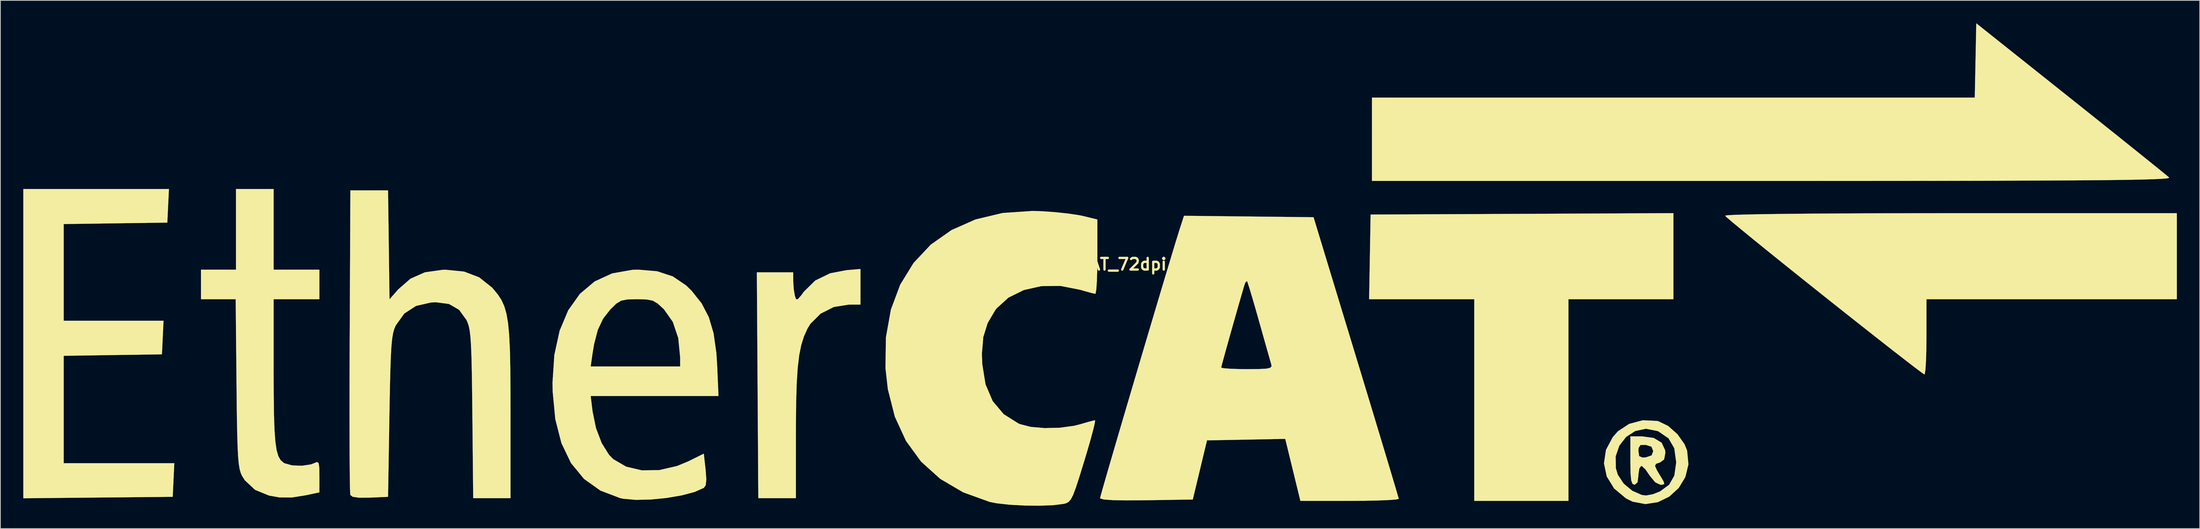
<source format=kicad_pcb>
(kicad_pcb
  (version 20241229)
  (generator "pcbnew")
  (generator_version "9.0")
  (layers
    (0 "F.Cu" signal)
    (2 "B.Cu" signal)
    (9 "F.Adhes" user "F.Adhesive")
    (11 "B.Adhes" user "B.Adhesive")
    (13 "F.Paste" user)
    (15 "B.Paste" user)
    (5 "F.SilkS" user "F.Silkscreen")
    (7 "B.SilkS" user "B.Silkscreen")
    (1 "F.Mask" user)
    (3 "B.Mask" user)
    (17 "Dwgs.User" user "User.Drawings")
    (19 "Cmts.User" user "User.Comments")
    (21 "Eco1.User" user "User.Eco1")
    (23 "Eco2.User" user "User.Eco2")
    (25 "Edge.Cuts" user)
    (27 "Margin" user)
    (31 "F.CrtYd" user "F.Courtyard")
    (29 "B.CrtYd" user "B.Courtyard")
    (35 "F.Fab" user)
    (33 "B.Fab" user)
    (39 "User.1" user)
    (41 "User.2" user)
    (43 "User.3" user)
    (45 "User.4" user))
  (footprint "EtherCAT_72dpi"
    (layer "F.Cu")
    (at 141.116 31.626)
    (property "Reference" "EtherCAT_72dpi" (at 0 0 0) (layer "F.SilkS") (effects (font (size 1.524 1.524) (thickness 0.3))))
    (attr through_hole)
    (fp_poly (pts (xy 75.142 4.586) (xy 61.383 4.586) (xy 61.383 31.044) (xy 49.036 31.044) (xy 49.036 4.586) (xy 35.26 4.586) (xy 35.357 -0.97) (xy 35.454 -6.526) (xy 75.142 -6.709) (xy 75.142 4.586)) (stroke (width 0.01) (type solid)) (fill yes) (layer "F.SilkS"))
    (fp_poly (pts (xy -122.237 -5.468) (xy -129.028 -5.372) (xy -135.819 -5.276) (xy -135.819 7.408) (xy -122.733 7.408) (xy -122.943 11.818) (xy -129.381 11.914) (xy -135.819 12.01) (xy -135.819 26.106) (xy -121.322 26.106) (xy -121.532 30.515) (xy -141.111 30.703) (xy -141.111 -9.878) (xy -122.027 -9.878) (xy -122.237 -5.468)) (stroke (width 0.01) (type solid)) (fill yes) (layer "F.SilkS"))
    (fp_poly (pts (xy -31.397 5.292) (xy -32.91 5.292) (xy -34.885 5.604) (xy -36.624 6.479) (xy -37.968 7.822) (xy -38.36 8.472) (xy -38.806 9.478) (xy -39.159 10.601) (xy -39.427 11.933) (xy -39.621 13.567) (xy -39.752 15.595) (xy -39.828 18.11) (xy -39.859 21.204) (xy -39.862 22.49) (xy -39.864 30.692) (xy -44.788 30.692) (xy -44.883 15.875) (xy -44.979 1.058) (xy -40.217 1.058) (xy -40.212 2.205) (xy -40.142 3.286) (xy -39.995 4.142) (xy -39.837 4.576) (xy -39.614 4.586) (xy -39.194 4.112) (xy -38.806 3.585) (xy -37.325 2.131) (xy -35.368 1.182) (xy -33.249 0.775) (xy -31.397 0.618) (xy -31.397 5.292)) (stroke (width 0.01) (type solid)) (fill yes) (layer "F.SilkS"))
    (fp_poly (pts (xy 127.251 -21.719) (xy 129.829 -19.662) (xy 132.246 -17.73) (xy 134.443 -15.969) (xy 136.363 -14.427) (xy 137.948 -13.149) (xy 139.14 -12.182) (xy 139.882 -11.573) (xy 140.11 -11.377) (xy 140.049 -11.315) (xy 139.719 -11.259) (xy 139.092 -11.209) (xy 138.139 -11.163) (xy 136.832 -11.123) (xy 135.143 -11.087) (xy 133.043 -11.056) (xy 130.504 -11.029) (xy 127.497 -11.006) (xy 123.995 -10.987) (xy 119.968 -10.971) (xy 115.388 -10.958) (xy 110.227 -10.949) (xy 104.456 -10.942) (xy 98.048 -10.938) (xy 90.973 -10.936) (xy 88.089 -10.936) (xy 35.631 -10.936) (xy 35.631 -21.872) (xy 114.633 -21.872) (xy 114.731 -26.746) (xy 114.829 -31.621) (xy 127.251 -21.719)) (stroke (width 0.01) (type solid)) (fill yes) (layer "F.SilkS"))
    (fp_poly (pts (xy 141.111 4.586) (xy 108.303 4.586) (xy 108.303 9.525) (xy 108.285 11.3) (xy 108.236 12.791) (xy 108.163 13.872) (xy 108.073 14.418) (xy 108.038 14.459) (xy 107.717 14.245) (xy 106.9 13.634) (xy 105.643 12.668) (xy 104.001 11.391) (xy 102.03 9.847) (xy 99.786 8.079) (xy 97.322 6.129) (xy 94.897 4.202) (xy 92.283 2.115) (xy 89.842 0.158) (xy 87.629 -1.626) (xy 85.698 -3.192) (xy 84.106 -4.496) (xy 82.905 -5.491) (xy 82.153 -6.134) (xy 81.903 -6.377) (xy 82.229 -6.434) (xy 83.228 -6.487) (xy 84.869 -6.535) (xy 87.118 -6.577) (xy 89.945 -6.614) (xy 93.316 -6.645) (xy 97.199 -6.67) (xy 101.563 -6.688) (xy 106.375 -6.699) (xy 111.448 -6.703) (xy 141.111 -6.703) (xy 141.111 4.586)) (stroke (width 0.01) (type solid)) (fill yes) (layer "F.SilkS"))
    (fp_poly (pts (xy -108.303 0.706) (xy -102.306 0.706) (xy -102.306 4.586) (xy -108.303 4.586) (xy -108.303 14.058) (xy -108.293 17.24) (xy -108.258 19.79) (xy -108.188 21.785) (xy -108.075 23.298) (xy -107.911 24.405) (xy -107.685 25.179) (xy -107.39 25.697) (xy -107.016 26.032) (xy -106.878 26.113) (xy -105.876 26.389) (xy -104.59 26.436) (xy -103.402 26.255) (xy -102.988 26.093) (xy -102.61 25.943) (xy -102.405 26.099) (xy -102.321 26.696) (xy -102.306 27.828) (xy -102.306 29.928) (xy -104.087 30.31) (xy -105.955 30.607) (xy -107.554 30.592) (xy -108.911 30.349) (xy -110.739 29.6) (xy -112.083 28.343) (xy -112.441 27.778) (xy -112.618 27.388) (xy -112.761 26.886) (xy -112.874 26.191) (xy -112.962 25.224) (xy -113.03 23.904) (xy -113.081 22.153) (xy -113.123 19.89) (xy -113.158 17.036) (xy -113.172 15.61) (xy -113.279 4.586) (xy -117.828 4.586) (xy -117.828 0.706) (xy -113.242 0.706) (xy -113.242 -9.878) (xy -108.303 -9.878) (xy -108.303 0.706)) (stroke (width 0.01) (type solid)) (fill yes) (layer "F.SilkS"))
    (fp_poly (pts (xy 72.563 22.791) (xy 73.594 23.41) (xy 74.06 24.408) (xy 74.083 24.747) (xy 73.922 25.616) (xy 73.378 26.003) (xy 72.868 26.177) (xy 72.729 26.452) (xy 72.965 27.006) (xy 73.407 27.74) (xy 73.858 28.502) (xy 73.941 28.839) (xy 73.66 28.925) (xy 73.441 28.928) (xy 72.758 28.612) (xy 72.056 27.764) (xy 72.013 27.693) (xy 71.473 26.916) (xy 71.016 26.487) (xy 70.92 26.458) (xy 70.679 26.768) (xy 70.559 27.531) (xy 70.556 27.693) (xy 70.441 28.606) (xy 70.075 28.926) (xy 70.026 28.928) (xy 69.768 28.804) (xy 69.607 28.352) (xy 69.524 27.452) (xy 69.498 25.984) (xy 69.497 25.753) (xy 69.497 24.518) (xy 70.556 24.518) (xy 70.654 25.18) (xy 71.096 25.365) (xy 71.526 25.335) (xy 72.282 25.078) (xy 72.496 24.518) (xy 72.262 23.941) (xy 71.526 23.701) (xy 70.823 23.714) (xy 70.576 24.109) (xy 70.556 24.518) (xy 69.497 24.518) (xy 69.497 22.578) (xy 71.006 22.578) (xy 72.563 22.791)) (stroke (width 0.01) (type solid)) (fill yes) (layer "F.SilkS"))
    (fp_poly (pts (xy 72.98 20.554) (xy 73.174 20.599) (xy 74.45 21.215) (xy 75.664 22.292) (xy 76.594 23.605) (xy 76.934 24.448) (xy 77.107 26.254) (xy 76.703 27.918) (xy 75.83 29.356) (xy 74.595 30.483) (xy 73.106 31.214) (xy 71.471 31.465) (xy 69.798 31.152) (xy 68.937 30.73) (xy 67.373 29.424) (xy 66.402 27.848) (xy 66.039 26.119) (xy 66.173 25.209) (xy 67.568 25.209) (xy 67.594 26.758) (xy 67.86 27.628) (xy 68.627 28.786) (xy 69.758 29.727) (xy 71.004 30.271) (xy 71.543 30.338) (xy 72.442 30.176) (xy 73.374 29.812) (xy 74.577 28.931) (xy 75.258 27.735) (xy 75.493 26.087) (xy 75.494 25.898) (xy 75.252 24.139) (xy 74.5 22.842) (xy 73.201 21.948) (xy 73.043 21.88) (xy 71.538 21.583) (xy 70.137 21.879) (xy 68.941 22.657) (xy 68.051 23.804) (xy 67.568 25.209) (xy 66.173 25.209) (xy 66.299 24.354) (xy 67.194 22.671) (xy 67.87 21.91) (xy 69.342 20.942) (xy 71.126 20.47) (xy 72.98 20.554)) (stroke (width 0.01) (type solid)) (fill yes) (layer "F.SilkS"))
    (fp_poly (pts (xy -93.214 -2.554) (xy -93.119 4.594) (xy -91.983 3.3) (xy -90.378 1.896) (xy -88.479 1.053) (xy -86.175 0.728) (xy -85.725 0.721) (xy -83.337 0.962) (xy -81.372 1.713) (xy -79.726 3.017) (xy -79.475 3.291) (xy -78.906 3.986) (xy -78.443 4.699) (xy -78.075 5.509) (xy -77.792 6.493) (xy -77.582 7.731) (xy -77.434 9.301) (xy -77.339 11.283) (xy -77.286 13.754) (xy -77.262 16.794) (xy -77.258 19.467) (xy -77.258 30.692) (xy -82.152 30.692) (xy -82.263 19.667) (xy -82.297 16.546) (xy -82.335 14.047) (xy -82.381 12.091) (xy -82.441 10.595) (xy -82.519 9.477) (xy -82.62 8.655) (xy -82.751 8.047) (xy -82.915 7.573) (xy -83.039 7.305) (xy -84.004 5.974) (xy -85.327 5.21) (xy -87.072 4.983) (xy -87.667 5.013) (xy -89.645 5.465) (xy -91.182 6.465) (xy -92.296 8.019) (xy -92.488 8.466) (xy -92.643 9.008) (xy -92.766 9.729) (xy -92.864 10.712) (xy -92.942 12.041) (xy -93.006 13.8) (xy -93.062 16.072) (xy -93.117 18.94) (xy -93.133 19.932) (xy -93.31 30.515) (xy -95.696 30.62) (xy -97.125 30.633) (xy -97.952 30.509) (xy -98.257 30.267) (xy -98.288 29.838) (xy -98.314 28.769) (xy -98.334 27.124) (xy -98.35 24.969) (xy -98.359 22.368) (xy -98.363 19.388) (xy -98.36 16.092) (xy -98.35 12.547) (xy -98.34 10.054) (xy -98.249 -9.701) (xy -93.31 -9.701) (xy -93.214 -2.554)) (stroke (width 0.01) (type solid)) (fill yes) (layer "F.SilkS"))
    (fp_poly (pts (xy -58.041 0.918) (xy -55.995 1.592) (xy -54.234 2.787) (xy -53.523 3.482) (xy -52.22 5.123) (xy -51.278 6.933) (xy -50.649 9.057) (xy -50.284 11.637) (xy -50.177 13.317) (xy -50.006 17.286) (xy -66.756 17.286) (xy -66.507 19.315) (xy -66.058 21.498) (xy -65.315 23.451) (xy -64.359 24.989) (xy -63.79 25.575) (xy -62.096 26.56) (xy -60.045 27.038) (xy -57.774 27.008) (xy -55.422 26.464) (xy -53.947 25.85) (xy -51.932 24.851) (xy -51.695 26.942) (xy -51.599 28.249) (xy -51.688 29.01) (xy -51.923 29.335) (xy -53.122 29.872) (xy -54.818 30.324) (xy -56.807 30.665) (xy -58.884 30.87) (xy -60.842 30.913) (xy -62.478 30.77) (xy -62.888 30.684) (xy -65.481 29.697) (xy -67.631 28.163) (xy -69.335 26.087) (xy -70.589 23.475) (xy -71.393 20.33) (xy -71.742 16.657) (xy -71.758 15.522) (xy -71.618 13.406) (xy -66.755 13.406) (xy -55.033 13.406) (xy -55.033 12.188) (xy -55.279 9.679) (xy -55.995 7.556) (xy -57.15 5.915) (xy -57.156 5.909) (xy -57.94 5.177) (xy -58.606 4.78) (xy -59.429 4.618) (xy -60.682 4.586) (xy -60.691 4.586) (xy -61.939 4.615) (xy -62.751 4.772) (xy -63.393 5.158) (xy -64.134 5.879) (xy -64.185 5.933) (xy -65.14 7.159) (xy -65.823 8.615) (xy -66.309 10.487) (xy -66.515 11.73) (xy -66.755 13.406) (xy -71.618 13.406) (xy -71.518 11.891) (xy -70.827 8.722) (xy -69.703 6.043) (xy -68.167 3.878) (xy -66.238 2.254) (xy -63.934 1.195) (xy -61.276 0.727) (xy -60.52 0.706) (xy -58.041 0.918)) (stroke (width 0.01) (type solid)) (fill yes) (layer "F.SilkS"))
    (fp_poly (pts (xy -7.632 -6.962) (xy -5.864 -6.835) (xy -4.131 -6.648) (xy -2.703 -6.432) (xy -2.205 -6.328) (xy -0.353 -5.876) (xy -0.353 -0.998) (xy -0.371 0.765) (xy -0.42 2.244) (xy -0.494 3.312) (xy -0.585 3.842) (xy -0.617 3.877) (xy -1.082 3.779) (xy -1.979 3.535) (xy -2.614 3.348) (xy -5.184 2.844) (xy -7.688 2.866) (xy -10.002 3.386) (xy -12.002 4.373) (xy -13.564 5.796) (xy -13.738 6.026) (xy -14.732 7.715) (xy -15.298 9.538) (xy -15.484 11.69) (xy -15.443 13.053) (xy -15.014 15.739) (xy -14.075 17.946) (xy -12.632 19.667) (xy -10.692 20.891) (xy -10.506 20.972) (xy -9.099 21.335) (xy -7.276 21.494) (xy -5.3 21.449) (xy -3.432 21.198) (xy -2.614 20.994) (xy -1.584 20.693) (xy -0.854 20.502) (xy -0.657 20.465) (xy -0.679 20.781) (xy -0.882 21.658) (xy -1.237 22.983) (xy -1.716 24.643) (xy -2.076 25.839) (xy -2.697 27.857) (xy -3.166 29.3) (xy -3.532 30.272) (xy -3.843 30.873) (xy -4.148 31.206) (xy -4.496 31.374) (xy -4.77 31.441) (xy -6.114 31.611) (xy -7.911 31.682) (xy -9.916 31.659) (xy -11.885 31.55) (xy -13.572 31.361) (xy -14.464 31.183) (xy -17.949 29.923) (xy -20.949 28.157) (xy -23.45 25.902) (xy -25.437 23.176) (xy -26.896 19.999) (xy -27.813 16.389) (xy -28.125 13.599) (xy -28.065 9.592) (xy -27.41 5.939) (xy -26.191 2.673) (xy -24.441 -0.174) (xy -22.192 -2.571) (xy -19.476 -4.484) (xy -16.326 -5.881) (xy -12.773 -6.73) (xy -8.851 -6.998) (xy -7.632 -6.962)) (stroke (width 0.01) (type solid)) (fill yes) (layer "F.SilkS"))
    (fp_poly (pts (xy 27.98 -6.174) (xy 33.554 12.171) (xy 34.604 15.629) (xy 35.59 18.884) (xy 36.493 21.874) (xy 37.294 24.535) (xy 37.976 26.806) (xy 38.518 28.624) (xy 38.903 29.926) (xy 39.111 30.65) (xy 39.143 30.78) (xy 38.814 30.864) (xy 37.889 30.937) (xy 36.479 30.994) (xy 34.693 31.032) (xy 32.705 31.044) (xy 26.251 31.044) (xy 24.267 22.912) (xy 14.015 23.107) (xy 13.084 26.988) (xy 12.153 30.868) (xy 6.076 30.965) (xy 3.515 30.984) (xy 1.653 30.951) (xy 0.487 30.864) (xy 0.012 30.724) (xy 0 30.691) (xy 0.097 30.304) (xy 0.374 29.317) (xy 0.807 27.809) (xy 1.373 25.857) (xy 2.051 23.536) (xy 2.816 20.925) (xy 3.647 18.101) (xy 4.52 15.14) (xy 4.989 13.554) (xy 15.875 13.554) (xy 16.202 13.642) (xy 17.082 13.71) (xy 18.363 13.751) (xy 19.25 13.758) (xy 20.812 13.747) (xy 21.789 13.697) (xy 22.302 13.584) (xy 22.472 13.387) (xy 22.439 13.141) (xy 22.281 12.595) (xy 21.972 11.506) (xy 21.549 10.013) (xy 21.054 8.251) (xy 20.824 7.434) (xy 20.316 5.647) (xy 19.868 4.115) (xy 19.517 2.96) (xy 19.301 2.305) (xy 19.255 2.204) (xy 19.059 2.364) (xy 18.925 2.707) (xy 18.506 4.143) (xy 18.024 5.821) (xy 17.515 7.608) (xy 17.017 9.372) (xy 16.567 10.981) (xy 16.202 12.303) (xy 15.959 13.206) (xy 15.875 13.554) (xy 4.989 13.554) (xy 5.413 12.121) (xy 6.303 9.119) (xy 7.167 6.212) (xy 7.982 3.477) (xy 8.726 0.992) (xy 9.376 -1.168) (xy 9.909 -2.924) (xy 10.302 -4.199) (xy 10.454 -4.681) (xy 10.997 -6.362) (xy 27.98 -6.174)) (stroke (width 0.01) (type solid)) (fill yes) (layer "F.SilkS")))
  (gr_rect
    (start -3 -3)
    (end 285.232 66.312)
    (stroke (width 0.1) (type default))
    (fill no)
    (layer "Edge.Cuts")))
</source>
